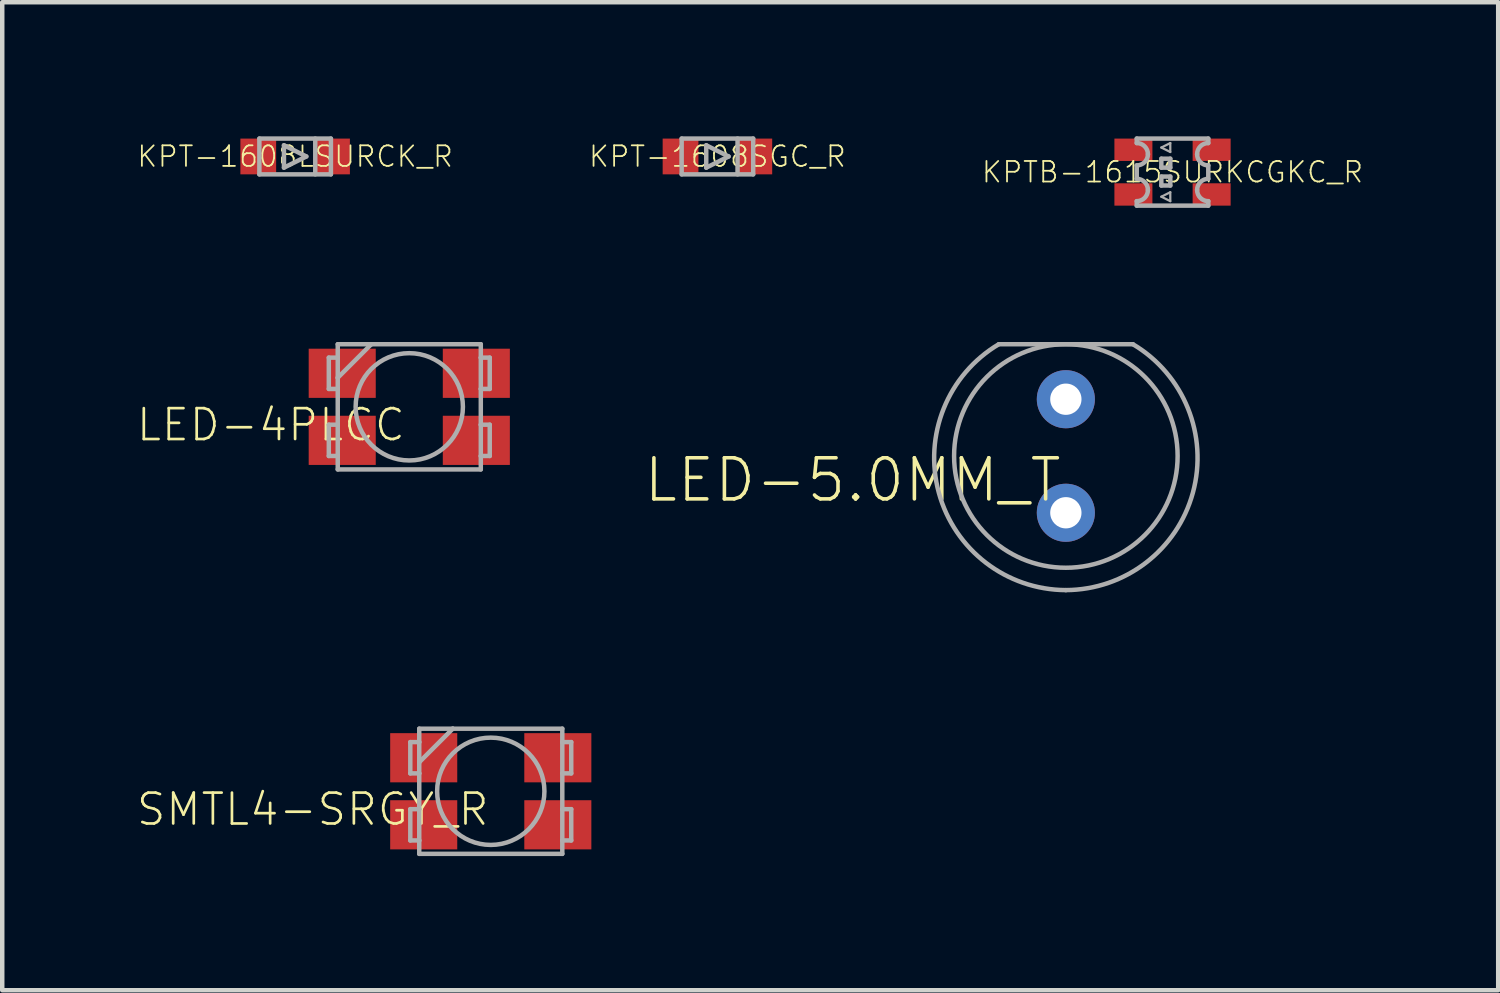
<source format=kicad_pcb>
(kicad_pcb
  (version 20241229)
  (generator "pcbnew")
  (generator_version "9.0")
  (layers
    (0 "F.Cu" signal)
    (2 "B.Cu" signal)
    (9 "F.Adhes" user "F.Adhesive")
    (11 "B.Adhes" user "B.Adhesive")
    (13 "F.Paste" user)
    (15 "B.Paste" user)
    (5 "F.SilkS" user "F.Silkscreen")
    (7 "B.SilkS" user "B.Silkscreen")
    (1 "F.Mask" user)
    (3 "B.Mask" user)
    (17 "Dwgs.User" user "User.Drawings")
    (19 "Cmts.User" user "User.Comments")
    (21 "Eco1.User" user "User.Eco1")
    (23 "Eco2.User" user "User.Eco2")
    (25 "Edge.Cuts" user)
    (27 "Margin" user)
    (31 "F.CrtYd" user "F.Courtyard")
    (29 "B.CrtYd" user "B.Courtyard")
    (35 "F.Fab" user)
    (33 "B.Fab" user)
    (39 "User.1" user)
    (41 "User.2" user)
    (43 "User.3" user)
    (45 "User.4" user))
  (footprint "KPT-1608LSURCK_R"
    (layer "F.Cu")
    (at 3.552 0.45)
    (property "Reference" "KPT-1608LSURCK_R" (at 0 0 0) (unlocked yes) (layer "F.SilkS") (effects (font (size 0.46 0.46) (thickness 0.04))))
    (fp_poly (pts (xy -0.425 0.4) (xy -1.225 0.4) (xy -1.225 -0.4) (xy -0.425 -0.4)) (stroke (width 0) (type default)) (fill yes) (layer "F.Paste"))
    (fp_poly (pts (xy 1.225 0.4) (xy 0.425 0.4) (xy 0.425 -0.4) (xy 1.225 -0.4)) (stroke (width 0) (type default)) (fill yes) (layer "F.Paste"))
    (fp_line (start -0.8 0.4) (end -0.8 -0.4) (stroke (width 0.1) (type solid)) (layer "F.Fab"))
    (fp_line (start -0.8 0.4) (end 0.8 0.4) (stroke (width 0.1) (type solid)) (layer "F.Fab"))
    (fp_line (start -0.25 -0.25) (end -0.25 0.25) (stroke (width 0.1) (type solid)) (layer "F.Fab"))
    (fp_line (start -0.25 0.25) (end 0.25 0) (stroke (width 0.1) (type solid)) (layer "F.Fab"))
    (fp_line (start 0.25 0) (end -0.25 -0.25) (stroke (width 0.1) (type solid)) (layer "F.Fab"))
    (fp_line (start 0.45 -0.4) (end 0.45 0.4) (stroke (width 0.1) (type solid)) (layer "F.Fab"))
    (fp_line (start 0.8 -0.4) (end -0.8 -0.4) (stroke (width 0.1) (type solid)) (layer "F.Fab"))
    (fp_line (start 0.8 -0.4) (end 0.8 0.4) (stroke (width 0.1) (type solid)) (layer "F.Fab"))
    (pad "A" smd rect (at -0.825 0) (size 0.8 0.8) (layers "F.Cu" "F.Mask"))
    (pad "C" smd rect (at 0.825 0) (size 0.8 0.8) (layers "F.Cu" "F.Mask")))
  (footprint "LED-5.0MM_T"
    (layer "F.Cu")
    (at 20.792 7.15)
    (property "Reference" "LED-5.0MM_T" (at -0.05 0 0) (unlocked yes) (layer "F.SilkS") (effects (font (size 0.92 0.92) (thickness 0.08)) (justify right top)))
    (fp_line (start -1.5 -2.5) (end 1.5 -2.5) (stroke (width 0.1) (type solid)) (layer "F.Fab"))
    (fp_arc (start 0 3) (mid -2.841836 0.820501) (end -1.500002 -2.5) (stroke (width 0.1) (type solid)) (layer "F.Fab"))
    (fp_arc (start 1.500002 -2.5) (mid 2.841836 0.820501) (end 0 3) (stroke (width 0.1) (type solid)) (layer "F.Fab"))
    (fp_circle (center 0 0) (end 2.5 0) (stroke (width 0.1) (type solid)) (fill no) (layer "F.Fab"))
    (pad "A" thru_hole circle (at 0 1.27) (size 1.3 1.3) (drill 0.7) (layers "*.Cu" "*.Mask"))
    (pad "C" thru_hole circle (at 0 -1.27) (size 1.3 1.3) (drill 0.7) (layers "*.Cu" "*.Mask")))
  (footprint "KPT-1608SGC_R"
    (layer "F.Cu")
    (at 12.998 0.45)
    (property "Reference" "KPT-1608SGC_R" (at 0 0 0) (unlocked yes) (layer "F.SilkS") (effects (font (size 0.46 0.46) (thickness 0.04))))
    (fp_poly (pts (xy -0.425 0.4) (xy -1.225 0.4) (xy -1.225 -0.4) (xy -0.425 -0.4)) (stroke (width 0) (type default)) (fill yes) (layer "F.Paste"))
    (fp_poly (pts (xy 1.225 0.4) (xy 0.425 0.4) (xy 0.425 -0.4) (xy 1.225 -0.4)) (stroke (width 0) (type default)) (fill yes) (layer "F.Paste"))
    (fp_line (start -0.8 0.4) (end -0.8 -0.4) (stroke (width 0.1) (type solid)) (layer "F.Fab"))
    (fp_line (start -0.8 0.4) (end 0.8 0.4) (stroke (width 0.1) (type solid)) (layer "F.Fab"))
    (fp_line (start -0.25 -0.25) (end -0.25 0.25) (stroke (width 0.1) (type solid)) (layer "F.Fab"))
    (fp_line (start -0.25 0.25) (end 0.25 0) (stroke (width 0.1) (type solid)) (layer "F.Fab"))
    (fp_line (start 0.25 0) (end -0.25 -0.25) (stroke (width 0.1) (type solid)) (layer "F.Fab"))
    (fp_line (start 0.45 -0.4) (end 0.45 0.4) (stroke (width 0.1) (type solid)) (layer "F.Fab"))
    (fp_line (start 0.8 -0.4) (end -0.8 -0.4) (stroke (width 0.1) (type solid)) (layer "F.Fab"))
    (fp_line (start 0.8 -0.4) (end 0.8 0.4) (stroke (width 0.1) (type solid)) (layer "F.Fab"))
    (pad "A" smd rect (at -0.825 0) (size 0.8 0.8) (layers "F.Cu" "F.Mask"))
    (pad "C" smd rect (at 0.825 0) (size 0.8 0.8) (layers "F.Cu" "F.Mask")))
  (footprint "KPTB-1615SURKCGKC_R"
    (layer "F.Cu")
    (at 23.178 0.8)
    (property "Reference" "KPTB-1615SURKCGKC_R" (at 0 0 0) (unlocked yes) (layer "F.SilkS") (effects (font (size 0.46 0.46) (thickness 0.04))))
    (fp_line (start -0.8 -0.75) (end -0.8 -0.65) (stroke (width 0.1) (type solid)) (layer "F.Fab"))
    (fp_line (start -0.8 0.15) (end -0.8 -0.15) (stroke (width 0.1) (type solid)) (layer "F.Fab"))
    (fp_line (start -0.8 0.75) (end -0.8 0.65) (stroke (width 0.1) (type solid)) (layer "F.Fab"))
    (fp_line (start -0.8 0.75) (end 0.8 0.75) (stroke (width 0.1) (type solid)) (layer "F.Fab"))
    (fp_line (start -0.25 -0.55) (end -0.05 -0.65) (stroke (width 0.05) (type solid)) (layer "F.Fab"))
    (fp_line (start -0.25 -0.3) (end -0.25 -0.1) (stroke (width 0.1) (type solid)) (layer "F.Fab"))
    (fp_line (start -0.25 -0.1) (end -0.05 -0.1) (stroke (width 0.1) (type solid)) (layer "F.Fab"))
    (fp_line (start -0.25 0.1) (end -0.25 0.3) (stroke (width 0.1) (type solid)) (layer "F.Fab"))
    (fp_line (start -0.25 0.3) (end -0.05 0.3) (stroke (width 0.1) (type solid)) (layer "F.Fab"))
    (fp_line (start -0.25 0.55) (end -0.05 0.45) (stroke (width 0.05) (type solid)) (layer "F.Fab"))
    (fp_line (start -0.05 -0.65) (end -0.05 -0.45) (stroke (width 0.05) (type solid)) (layer "F.Fab"))
    (fp_line (start -0.05 -0.45) (end -0.25 -0.55) (stroke (width 0.05) (type solid)) (layer "F.Fab"))
    (fp_line (start -0.05 -0.3) (end -0.25 -0.3) (stroke (width 0.1) (type solid)) (layer "F.Fab"))
    (fp_line (start -0.05 -0.1) (end -0.05 -0.3) (stroke (width 0.1) (type solid)) (layer "F.Fab"))
    (fp_line (start -0.05 0.1) (end -0.25 0.1) (stroke (width 0.1) (type solid)) (layer "F.Fab"))
    (fp_line (start -0.05 0.3) (end -0.05 0.1) (stroke (width 0.1) (type solid)) (layer "F.Fab"))
    (fp_line (start -0.05 0.45) (end -0.05 0.65) (stroke (width 0.05) (type solid)) (layer "F.Fab"))
    (fp_line (start -0.05 0.65) (end -0.25 0.55) (stroke (width 0.05) (type solid)) (layer "F.Fab"))
    (fp_line (start 0.8 -0.75) (end -0.8 -0.75) (stroke (width 0.1) (type solid)) (layer "F.Fab"))
    (fp_line (start 0.8 -0.75) (end 0.8 -0.65) (stroke (width 0.1) (type solid)) (layer "F.Fab"))
    (fp_line (start 0.8 -0.15) (end 0.8 0.15) (stroke (width 0.1) (type solid)) (layer "F.Fab"))
    (fp_line (start 0.8 0.75) (end 0.8 0.65) (stroke (width 0.1) (type solid)) (layer "F.Fab"))
    (fp_arc (start -0.8 -0.65) (mid -0.623223 -0.576777) (end -0.55 -0.4) (stroke (width 0.1) (type solid)) (layer "F.Fab"))
    (fp_arc (start -0.8 0.15) (mid -0.623223 0.223223) (end -0.55 0.4) (stroke (width 0.1) (type solid)) (layer "F.Fab"))
    (fp_arc (start -0.55 -0.4) (mid -0.623223 -0.223223) (end -0.8 -0.15) (stroke (width 0.1) (type solid)) (layer "F.Fab"))
    (fp_arc (start -0.55 0.4) (mid -0.623223 0.576777) (end -0.8 0.65) (stroke (width 0.1) (type solid)) (layer "F.Fab"))
    (fp_arc (start 0.55 -0.4) (mid 0.623223 -0.576777) (end 0.8 -0.65) (stroke (width 0.1) (type solid)) (layer "F.Fab"))
    (fp_arc (start 0.55 0.4) (mid 0.623223 0.223223) (end 0.8 0.15) (stroke (width 0.1) (type solid)) (layer "F.Fab"))
    (fp_arc (start 0.8 -0.15) (mid 0.623223 -0.223223) (end 0.55 -0.4) (stroke (width 0.1) (type solid)) (layer "F.Fab"))
    (fp_arc (start 0.8 0.65) (mid 0.623223 0.576777) (end 0.55 0.4) (stroke (width 0.1) (type solid)) (layer "F.Fab"))
    (pad "1" smd rect (at 0.875 -0.5 180) (size 0.85 0.5) (layers "F.Cu" "F.Mask" "F.Paste"))
    (pad "2" smd rect (at -0.875 -0.5) (size 0.85 0.5) (layers "F.Cu" "F.Mask" "F.Paste"))
    (pad "3" smd rect (at 0.875 0.5 180) (size 0.85 0.5) (layers "F.Cu" "F.Mask" "F.Paste"))
    (pad "4" smd rect (at -0.875 0.5) (size 0.85 0.5) (layers "F.Cu" "F.Mask" "F.Paste")))
  (footprint "LED-4PLCC"
    (layer "F.Cu")
    (at 6.105 6.05)
    (property "Reference" "LED-4PLCC" (at -0.05 0 0) (unlocked yes) (layer "F.SilkS") (effects (font (size 0.69 0.69) (thickness 0.06)) (justify right top)))
    (fp_line (start -1.8 -1.1) (end -1.6 -1.1) (stroke (width 0.1) (type solid)) (layer "F.Fab"))
    (fp_line (start -1.8 -0.4) (end -1.8 -1.1) (stroke (width 0.1) (type solid)) (layer "F.Fab"))
    (fp_line (start -1.8 0.4) (end -1.6 0.4) (stroke (width 0.1) (type solid)) (layer "F.Fab"))
    (fp_line (start -1.8 1.1) (end -1.8 0.4) (stroke (width 0.1) (type solid)) (layer "F.Fab"))
    (fp_line (start -1.6 -1.4) (end -1.6 -1.1) (stroke (width 0.1) (type solid)) (layer "F.Fab"))
    (fp_line (start -1.6 -1.1) (end -1.6 -0.65) (stroke (width 0.1) (type solid)) (layer "F.Fab"))
    (fp_line (start -1.6 -0.65) (end -1.6 -0.4) (stroke (width 0.1) (type solid)) (layer "F.Fab"))
    (fp_line (start -1.6 -0.65) (end -0.85 -1.4) (stroke (width 0.1) (type solid)) (layer "F.Fab"))
    (fp_line (start -1.6 -0.4) (end -1.8 -0.4) (stroke (width 0.1) (type solid)) (layer "F.Fab"))
    (fp_line (start -1.6 -0.4) (end -1.6 0.4) (stroke (width 0.1) (type solid)) (layer "F.Fab"))
    (fp_line (start -1.6 0.4) (end -1.6 1.1) (stroke (width 0.1) (type solid)) (layer "F.Fab"))
    (fp_line (start -1.6 1.1) (end -1.8 1.1) (stroke (width 0.1) (type solid)) (layer "F.Fab"))
    (fp_line (start -1.6 1.1) (end -1.6 1.4) (stroke (width 0.1) (type solid)) (layer "F.Fab"))
    (fp_line (start -1.6 1.4) (end 1.6 1.4) (stroke (width 0.1) (type solid)) (layer "F.Fab"))
    (fp_line (start -0.85 -1.4) (end -1.6 -1.4) (stroke (width 0.1) (type solid)) (layer "F.Fab"))
    (fp_line (start 1.6 -1.4) (end -0.85 -1.4) (stroke (width 0.1) (type solid)) (layer "F.Fab"))
    (fp_line (start 1.6 -1.1) (end 1.6 -1.4) (stroke (width 0.1) (type solid)) (layer "F.Fab"))
    (fp_line (start 1.6 -1.1) (end 1.8 -1.1) (stroke (width 0.1) (type solid)) (layer "F.Fab"))
    (fp_line (start 1.6 -0.4) (end 1.6 -1.1) (stroke (width 0.1) (type solid)) (layer "F.Fab"))
    (fp_line (start 1.6 0.4) (end 1.6 -0.4) (stroke (width 0.1) (type solid)) (layer "F.Fab"))
    (fp_line (start 1.6 0.4) (end 1.8 0.4) (stroke (width 0.1) (type solid)) (layer "F.Fab"))
    (fp_line (start 1.6 1.1) (end 1.6 0.4) (stroke (width 0.1) (type solid)) (layer "F.Fab"))
    (fp_line (start 1.6 1.4) (end 1.6 1.1) (stroke (width 0.1) (type solid)) (layer "F.Fab"))
    (fp_line (start 1.8 -1.1) (end 1.8 -0.4) (stroke (width 0.1) (type solid)) (layer "F.Fab"))
    (fp_line (start 1.8 -0.4) (end 1.6 -0.4) (stroke (width 0.1) (type solid)) (layer "F.Fab"))
    (fp_line (start 1.8 0.4) (end 1.8 1.1) (stroke (width 0.1) (type solid)) (layer "F.Fab"))
    (fp_line (start 1.8 1.1) (end 1.6 1.1) (stroke (width 0.1) (type solid)) (layer "F.Fab"))
    (fp_circle (center 0 0) (end 1.2 0) (stroke (width 0.1) (type solid)) (fill no) (layer "F.Fab"))
    (pad "1" smd rect (at -1.5 -0.75 180) (size 1.5 1.1) (layers "F.Cu" "F.Mask" "F.Paste"))
    (pad "2" smd rect (at -1.5 0.75 180) (size 1.5 1.1) (layers "F.Cu" "F.Mask" "F.Paste"))
    (pad "3" smd rect (at 1.5 0.75 180) (size 1.5 1.1) (layers "F.Cu" "F.Mask" "F.Paste"))
    (pad "4" smd rect (at 1.5 -0.75 180) (size 1.5 1.1) (layers "F.Cu" "F.Mask" "F.Paste")))
  (footprint "SMTL4-SRGY_R"
    (layer "F.Cu")
    (at 7.928 14.65)
    (property "Reference" "SMTL4-SRGY_R" (at 0 0 0) (unlocked yes) (layer "F.SilkS") (effects (font (size 0.69 0.69) (thickness 0.06)) (justify right top)))
    (fp_line (start -1.8 -1.1) (end -1.6 -1.1) (stroke (width 0.1) (type solid)) (layer "F.Fab"))
    (fp_line (start -1.8 -0.4) (end -1.8 -1.1) (stroke (width 0.1) (type solid)) (layer "F.Fab"))
    (fp_line (start -1.8 0.4) (end -1.6 0.4) (stroke (width 0.1) (type solid)) (layer "F.Fab"))
    (fp_line (start -1.8 1.1) (end -1.8 0.4) (stroke (width 0.1) (type solid)) (layer "F.Fab"))
    (fp_line (start -1.6 -1.4) (end -1.6 -1.1) (stroke (width 0.1) (type solid)) (layer "F.Fab"))
    (fp_line (start -1.6 -1.1) (end -1.6 -0.65) (stroke (width 0.1) (type solid)) (layer "F.Fab"))
    (fp_line (start -1.6 -0.65) (end -1.6 -0.4) (stroke (width 0.1) (type solid)) (layer "F.Fab"))
    (fp_line (start -1.6 -0.65) (end -0.85 -1.4) (stroke (width 0.1) (type solid)) (layer "F.Fab"))
    (fp_line (start -1.6 -0.4) (end -1.8 -0.4) (stroke (width 0.1) (type solid)) (layer "F.Fab"))
    (fp_line (start -1.6 -0.4) (end -1.6 0.4) (stroke (width 0.1) (type solid)) (layer "F.Fab"))
    (fp_line (start -1.6 0.4) (end -1.6 1.1) (stroke (width 0.1) (type solid)) (layer "F.Fab"))
    (fp_line (start -1.6 1.1) (end -1.8 1.1) (stroke (width 0.1) (type solid)) (layer "F.Fab"))
    (fp_line (start -1.6 1.1) (end -1.6 1.4) (stroke (width 0.1) (type solid)) (layer "F.Fab"))
    (fp_line (start -1.6 1.4) (end 1.6 1.4) (stroke (width 0.1) (type solid)) (layer "F.Fab"))
    (fp_line (start -0.85 -1.4) (end -1.6 -1.4) (stroke (width 0.1) (type solid)) (layer "F.Fab"))
    (fp_line (start 1.6 -1.4) (end -0.85 -1.4) (stroke (width 0.1) (type solid)) (layer "F.Fab"))
    (fp_line (start 1.6 -1.1) (end 1.6 -1.4) (stroke (width 0.1) (type solid)) (layer "F.Fab"))
    (fp_line (start 1.6 -1.1) (end 1.8 -1.1) (stroke (width 0.1) (type solid)) (layer "F.Fab"))
    (fp_line (start 1.6 -0.4) (end 1.6 -1.1) (stroke (width 0.1) (type solid)) (layer "F.Fab"))
    (fp_line (start 1.6 0.4) (end 1.6 -0.4) (stroke (width 0.1) (type solid)) (layer "F.Fab"))
    (fp_line (start 1.6 0.4) (end 1.8 0.4) (stroke (width 0.1) (type solid)) (layer "F.Fab"))
    (fp_line (start 1.6 1.1) (end 1.6 0.4) (stroke (width 0.1) (type solid)) (layer "F.Fab"))
    (fp_line (start 1.6 1.4) (end 1.6 1.1) (stroke (width 0.1) (type solid)) (layer "F.Fab"))
    (fp_line (start 1.8 -1.1) (end 1.8 -0.4) (stroke (width 0.1) (type solid)) (layer "F.Fab"))
    (fp_line (start 1.8 -0.4) (end 1.6 -0.4) (stroke (width 0.1) (type solid)) (layer "F.Fab"))
    (fp_line (start 1.8 0.4) (end 1.8 1.1) (stroke (width 0.1) (type solid)) (layer "F.Fab"))
    (fp_line (start 1.8 1.1) (end 1.6 1.1) (stroke (width 0.1) (type solid)) (layer "F.Fab"))
    (fp_circle (center 0 0) (end 1.2 0) (stroke (width 0.1) (type solid)) (fill no) (layer "F.Fab"))
    (pad "1" smd rect (at -1.5 0.75 180) (size 1.5 1.1) (layers "F.Cu" "F.Mask" "F.Paste"))
    (pad "2" smd rect (at 1.5 0.75 180) (size 1.5 1.1) (layers "F.Cu" "F.Mask" "F.Paste"))
    (pad "3" smd rect (at -1.5 -0.75 180) (size 1.5 1.1) (layers "F.Cu" "F.Mask" "F.Paste"))
    (pad "4" smd rect (at 1.5 -0.75 180) (size 1.5 1.1) (layers "F.Cu" "F.Mask" "F.Paste")))
  (gr_rect
    (start -3 -3)
    (end 30.463 19.1)
    (stroke (width 0.1) (type default))
    (fill no)
    (layer "Edge.Cuts")))
</source>
